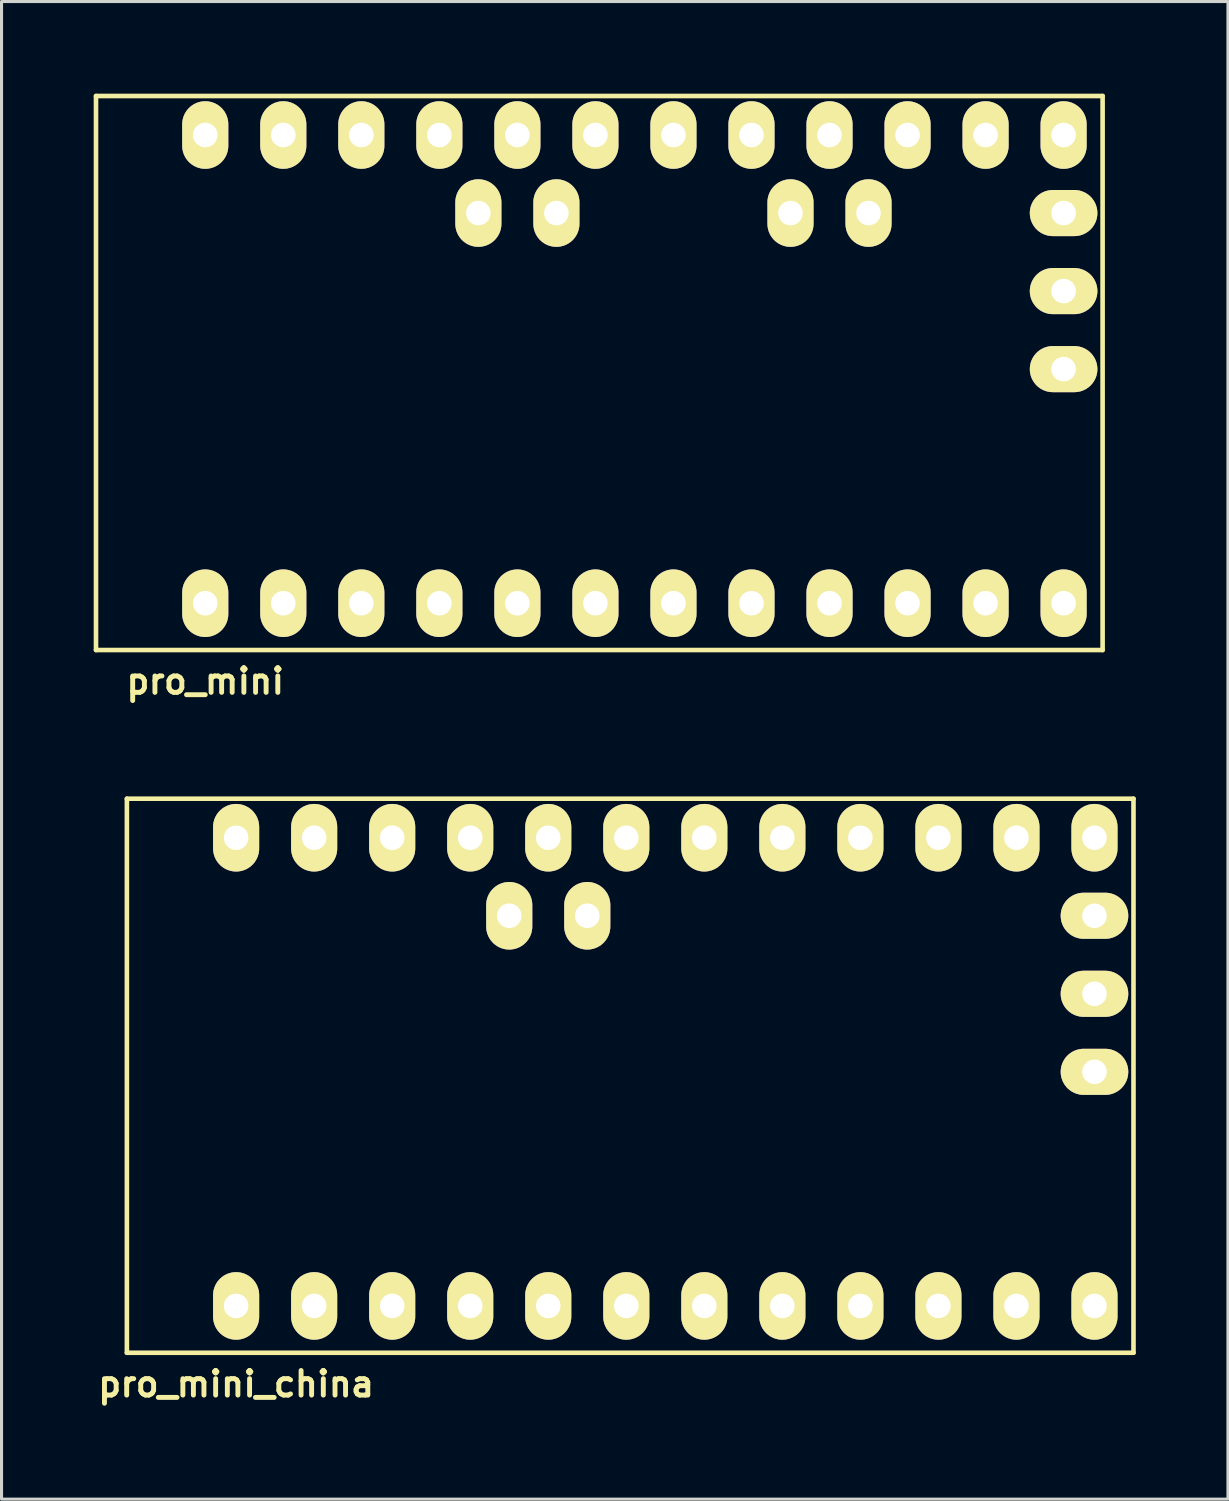
<source format=kicad_pcb>
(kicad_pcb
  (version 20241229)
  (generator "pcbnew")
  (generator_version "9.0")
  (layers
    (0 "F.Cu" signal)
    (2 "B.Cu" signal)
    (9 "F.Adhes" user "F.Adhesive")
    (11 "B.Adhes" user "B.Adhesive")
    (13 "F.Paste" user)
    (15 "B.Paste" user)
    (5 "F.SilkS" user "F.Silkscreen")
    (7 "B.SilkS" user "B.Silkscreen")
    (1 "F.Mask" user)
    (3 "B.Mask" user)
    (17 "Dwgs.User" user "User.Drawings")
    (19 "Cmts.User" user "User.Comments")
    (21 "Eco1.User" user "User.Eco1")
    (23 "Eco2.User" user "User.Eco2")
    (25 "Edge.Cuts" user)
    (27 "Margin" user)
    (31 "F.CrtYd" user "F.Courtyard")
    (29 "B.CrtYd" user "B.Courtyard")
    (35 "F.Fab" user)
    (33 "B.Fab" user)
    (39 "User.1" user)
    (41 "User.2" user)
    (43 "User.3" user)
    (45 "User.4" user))
  (footprint "pro_mini"
    (layer "F.Cu")
    (at 17.601 8.965)
    (property "Reference" "pro_mini" (at -13.97 10.16 0) (layer "F.SilkS") (effects (font (size 0.8 0.8) (thickness 0.16))))
    (attr through_hole)
    (fp_line (start -17.526 -8.89) (end -17.526 9.144) (stroke (width 0.15) (type solid)) (layer "F.SilkS"))
    (fp_line (start -17.526 -8.89) (end 15.24 -8.89) (stroke (width 0.15) (type solid)) (layer "F.SilkS"))
    (fp_line (start 15.24 9.144) (end -17.526 9.144) (stroke (width 0.15) (type solid)) (layer "F.SilkS"))
    (fp_line (start 15.24 9.144) (end 15.24 -8.89) (stroke (width 0.15) (type solid)) (layer "F.SilkS"))
    (pad "1" thru_hole oval (at -13.97 7.62) (size 1.501 2.2) (drill 0.8) (layers "*.Cu" "*.Mask" "F.SilkS"))
    (pad "2" thru_hole oval (at -11.43 7.62) (size 1.501 2.2) (drill 0.8) (layers "*.Cu" "*.Mask" "F.SilkS"))
    (pad "3" thru_hole oval (at -8.89 7.62) (size 1.501 2.2) (drill 0.8) (layers "*.Cu" "*.Mask" "F.SilkS"))
    (pad "4" thru_hole oval (at -6.35 7.62) (size 1.501 2.2) (drill 0.8) (layers "*.Cu" "*.Mask" "F.SilkS"))
    (pad "5" thru_hole oval (at -3.81 7.62) (size 1.501 2.2) (drill 0.8) (layers "*.Cu" "*.Mask" "F.SilkS"))
    (pad "6" thru_hole oval (at -1.27 7.62) (size 1.501 2.2) (drill 0.8) (layers "*.Cu" "*.Mask" "F.SilkS"))
    (pad "7" thru_hole oval (at 1.27 7.62) (size 1.501 2.2) (drill 0.8) (layers "*.Cu" "*.Mask" "F.SilkS"))
    (pad "8" thru_hole oval (at 3.81 7.62) (size 1.501 2.2) (drill 0.8) (layers "*.Cu" "*.Mask" "F.SilkS"))
    (pad "9" thru_hole oval (at 6.35 7.62) (size 1.501 2.2) (drill 0.8) (layers "*.Cu" "*.Mask" "F.SilkS"))
    (pad "10" thru_hole oval (at 8.89 7.62) (size 1.501 2.2) (drill 0.8) (layers "*.Cu" "*.Mask" "F.SilkS"))
    (pad "11" thru_hole oval (at 11.43 7.62) (size 1.501 2.2) (drill 0.8) (layers "*.Cu" "*.Mask" "F.SilkS"))
    (pad "12" thru_hole oval (at 13.97 7.62) (size 1.501 2.2) (drill 0.8) (layers "*.Cu" "*.Mask" "F.SilkS"))
    (pad "13" thru_hole oval (at 13.97 -7.62) (size 1.501 2.2) (drill 0.8) (layers "*.Cu" "*.Mask" "F.SilkS"))
    (pad "14" thru_hole oval (at 11.43 -7.62) (size 1.501 2.2) (drill 0.8) (layers "*.Cu" "*.Mask" "F.SilkS"))
    (pad "15" thru_hole oval (at 8.89 -7.62) (size 1.501 2.2) (drill 0.8) (layers "*.Cu" "*.Mask" "F.SilkS"))
    (pad "16" thru_hole oval (at 6.35 -7.62) (size 1.501 2.2) (drill 0.8) (layers "*.Cu" "*.Mask" "F.SilkS"))
    (pad "17" thru_hole oval (at 3.81 -7.62) (size 1.501 2.2) (drill 0.8) (layers "*.Cu" "*.Mask" "F.SilkS"))
    (pad "18" thru_hole oval (at 1.27 -7.62) (size 1.501 2.2) (drill 0.8) (layers "*.Cu" "*.Mask" "F.SilkS"))
    (pad "19" thru_hole oval (at -1.27 -7.62) (size 1.501 2.2) (drill 0.8) (layers "*.Cu" "*.Mask" "F.SilkS"))
    (pad "20" thru_hole oval (at -3.81 -7.62) (size 1.501 2.2) (drill 0.8) (layers "*.Cu" "*.Mask" "F.SilkS"))
    (pad "21" thru_hole oval (at -6.35 -7.62) (size 1.501 2.2) (drill 0.8) (layers "*.Cu" "*.Mask" "F.SilkS"))
    (pad "22" thru_hole oval (at -8.89 -7.62) (size 1.501 2.2) (drill 0.8) (layers "*.Cu" "*.Mask" "F.SilkS"))
    (pad "23" thru_hole oval (at -11.43 -7.62) (size 1.501 2.2) (drill 0.8) (layers "*.Cu" "*.Mask" "F.SilkS"))
    (pad "24" thru_hole oval (at -13.97 -7.62) (size 1.501 2.2) (drill 0.8) (layers "*.Cu" "*.Mask" "F.SilkS"))
    (pad "25" thru_hole oval (at -2.54 -5.08) (size 1.501 2.2) (drill 0.8) (layers "*.Cu" "*.Mask" "F.SilkS"))
    (pad "26" thru_hole oval (at -5.08 -5.08) (size 1.501 2.2) (drill 0.8) (layers "*.Cu" "*.Mask" "F.SilkS"))
    (pad "27" thru_hole oval (at 7.62 -5.08) (size 1.501 2.2) (drill 0.8) (layers "*.Cu" "*.Mask" "F.SilkS"))
    (pad "27" thru_hole oval (at 13.97 -5.08) (size 2.2 1.501) (drill 0.8) (layers "*.Cu" "*.Mask" "F.SilkS"))
    (pad "28" thru_hole oval (at 5.08 -5.08) (size 1.501 2.2) (drill 0.8) (layers "*.Cu" "*.Mask" "F.SilkS"))
    (pad "28" thru_hole oval (at 13.97 -2.54) (size 2.2 1.501) (drill 0.8) (layers "*.Cu" "*.Mask" "F.SilkS"))
    (pad "29" thru_hole oval (at 13.97 0) (size 2.2 1.501) (drill 0.8) (layers "*.Cu" "*.Mask" "F.SilkS")))
  (footprint "pro_mini_china"
    (layer "F.Cu")
    (at 18.606 31.839)
    (property "Reference" "pro_mini_china" (at -13.97 10.16 0) (layer "F.SilkS") (effects (font (size 0.8 0.8) (thickness 0.16))))
    (attr through_hole)
    (fp_line (start -17.526 -8.89) (end -17.526 9.144) (stroke (width 0.15) (type solid)) (layer "F.SilkS"))
    (fp_line (start -17.526 -8.89) (end 15.24 -8.89) (stroke (width 0.15) (type solid)) (layer "F.SilkS"))
    (fp_line (start 15.24 9.144) (end -17.526 9.144) (stroke (width 0.15) (type solid)) (layer "F.SilkS"))
    (fp_line (start 15.24 9.144) (end 15.24 -8.89) (stroke (width 0.15) (type solid)) (layer "F.SilkS"))
    (pad "1" thru_hole oval (at -13.97 7.62) (size 1.501 2.2) (drill 0.8) (layers "*.Cu" "*.Mask" "F.SilkS"))
    (pad "2" thru_hole oval (at -11.43 7.62) (size 1.501 2.2) (drill 0.8) (layers "*.Cu" "*.Mask" "F.SilkS"))
    (pad "3" thru_hole oval (at -8.89 7.62) (size 1.501 2.2) (drill 0.8) (layers "*.Cu" "*.Mask" "F.SilkS"))
    (pad "4" thru_hole oval (at -6.35 7.62) (size 1.501 2.2) (drill 0.8) (layers "*.Cu" "*.Mask" "F.SilkS"))
    (pad "5" thru_hole oval (at -3.81 7.62) (size 1.501 2.2) (drill 0.8) (layers "*.Cu" "*.Mask" "F.SilkS"))
    (pad "6" thru_hole oval (at -1.27 7.62) (size 1.501 2.2) (drill 0.8) (layers "*.Cu" "*.Mask" "F.SilkS"))
    (pad "7" thru_hole oval (at 1.27 7.62) (size 1.501 2.2) (drill 0.8) (layers "*.Cu" "*.Mask" "F.SilkS"))
    (pad "8" thru_hole oval (at 3.81 7.62) (size 1.501 2.2) (drill 0.8) (layers "*.Cu" "*.Mask" "F.SilkS"))
    (pad "9" thru_hole oval (at 6.35 7.62) (size 1.501 2.2) (drill 0.8) (layers "*.Cu" "*.Mask" "F.SilkS"))
    (pad "10" thru_hole oval (at 8.89 7.62) (size 1.501 2.2) (drill 0.8) (layers "*.Cu" "*.Mask" "F.SilkS"))
    (pad "11" thru_hole oval (at 11.43 7.62) (size 1.501 2.2) (drill 0.8) (layers "*.Cu" "*.Mask" "F.SilkS"))
    (pad "12" thru_hole oval (at 13.97 7.62) (size 1.501 2.2) (drill 0.8) (layers "*.Cu" "*.Mask" "F.SilkS"))
    (pad "13" thru_hole oval (at 13.97 -7.62) (size 1.501 2.2) (drill 0.8) (layers "*.Cu" "*.Mask" "F.SilkS"))
    (pad "14" thru_hole oval (at 11.43 -7.62) (size 1.501 2.2) (drill 0.8) (layers "*.Cu" "*.Mask" "F.SilkS"))
    (pad "15" thru_hole oval (at 8.89 -7.62) (size 1.501 2.2) (drill 0.8) (layers "*.Cu" "*.Mask" "F.SilkS"))
    (pad "16" thru_hole oval (at 6.35 -7.62) (size 1.501 2.2) (drill 0.8) (layers "*.Cu" "*.Mask" "F.SilkS"))
    (pad "17" thru_hole oval (at 3.81 -7.62) (size 1.501 2.2) (drill 0.8) (layers "*.Cu" "*.Mask" "F.SilkS"))
    (pad "18" thru_hole oval (at 1.27 -7.62) (size 1.501 2.2) (drill 0.8) (layers "*.Cu" "*.Mask" "F.SilkS"))
    (pad "19" thru_hole oval (at -1.27 -7.62) (size 1.501 2.2) (drill 0.8) (layers "*.Cu" "*.Mask" "F.SilkS"))
    (pad "20" thru_hole oval (at -3.81 -7.62) (size 1.501 2.2) (drill 0.8) (layers "*.Cu" "*.Mask" "F.SilkS"))
    (pad "21" thru_hole oval (at -6.35 -7.62) (size 1.501 2.2) (drill 0.8) (layers "*.Cu" "*.Mask" "F.SilkS"))
    (pad "22" thru_hole oval (at -8.89 -7.62) (size 1.501 2.2) (drill 0.8) (layers "*.Cu" "*.Mask" "F.SilkS"))
    (pad "23" thru_hole oval (at -11.43 -7.62) (size 1.501 2.2) (drill 0.8) (layers "*.Cu" "*.Mask" "F.SilkS"))
    (pad "24" thru_hole oval (at -13.97 -7.62) (size 1.501 2.2) (drill 0.8) (layers "*.Cu" "*.Mask" "F.SilkS"))
    (pad "25" thru_hole oval (at -2.54 -5.08) (size 1.501 2.2) (drill 0.8) (layers "*.Cu" "*.Mask" "F.SilkS"))
    (pad "26" thru_hole oval (at -5.08 -5.08) (size 1.501 2.2) (drill 0.8) (layers "*.Cu" "*.Mask" "F.SilkS"))
    (pad "27" thru_hole oval (at 13.97 -5.08) (size 2.2 1.501) (drill 0.8) (layers "*.Cu" "*.Mask" "F.SilkS"))
    (pad "28" thru_hole oval (at 13.97 -2.54) (size 2.2 1.501) (drill 0.8) (layers "*.Cu" "*.Mask" "F.SilkS"))
    (pad "29" thru_hole oval (at 13.97 0) (size 2.2 1.501) (drill 0.8) (layers "*.Cu" "*.Mask" "F.SilkS")))
  (gr_rect
    (start -3 -3)
    (end 36.921 45.748)
    (stroke (width 0.1) (type default))
    (fill no)
    (layer "Edge.Cuts")))
</source>
